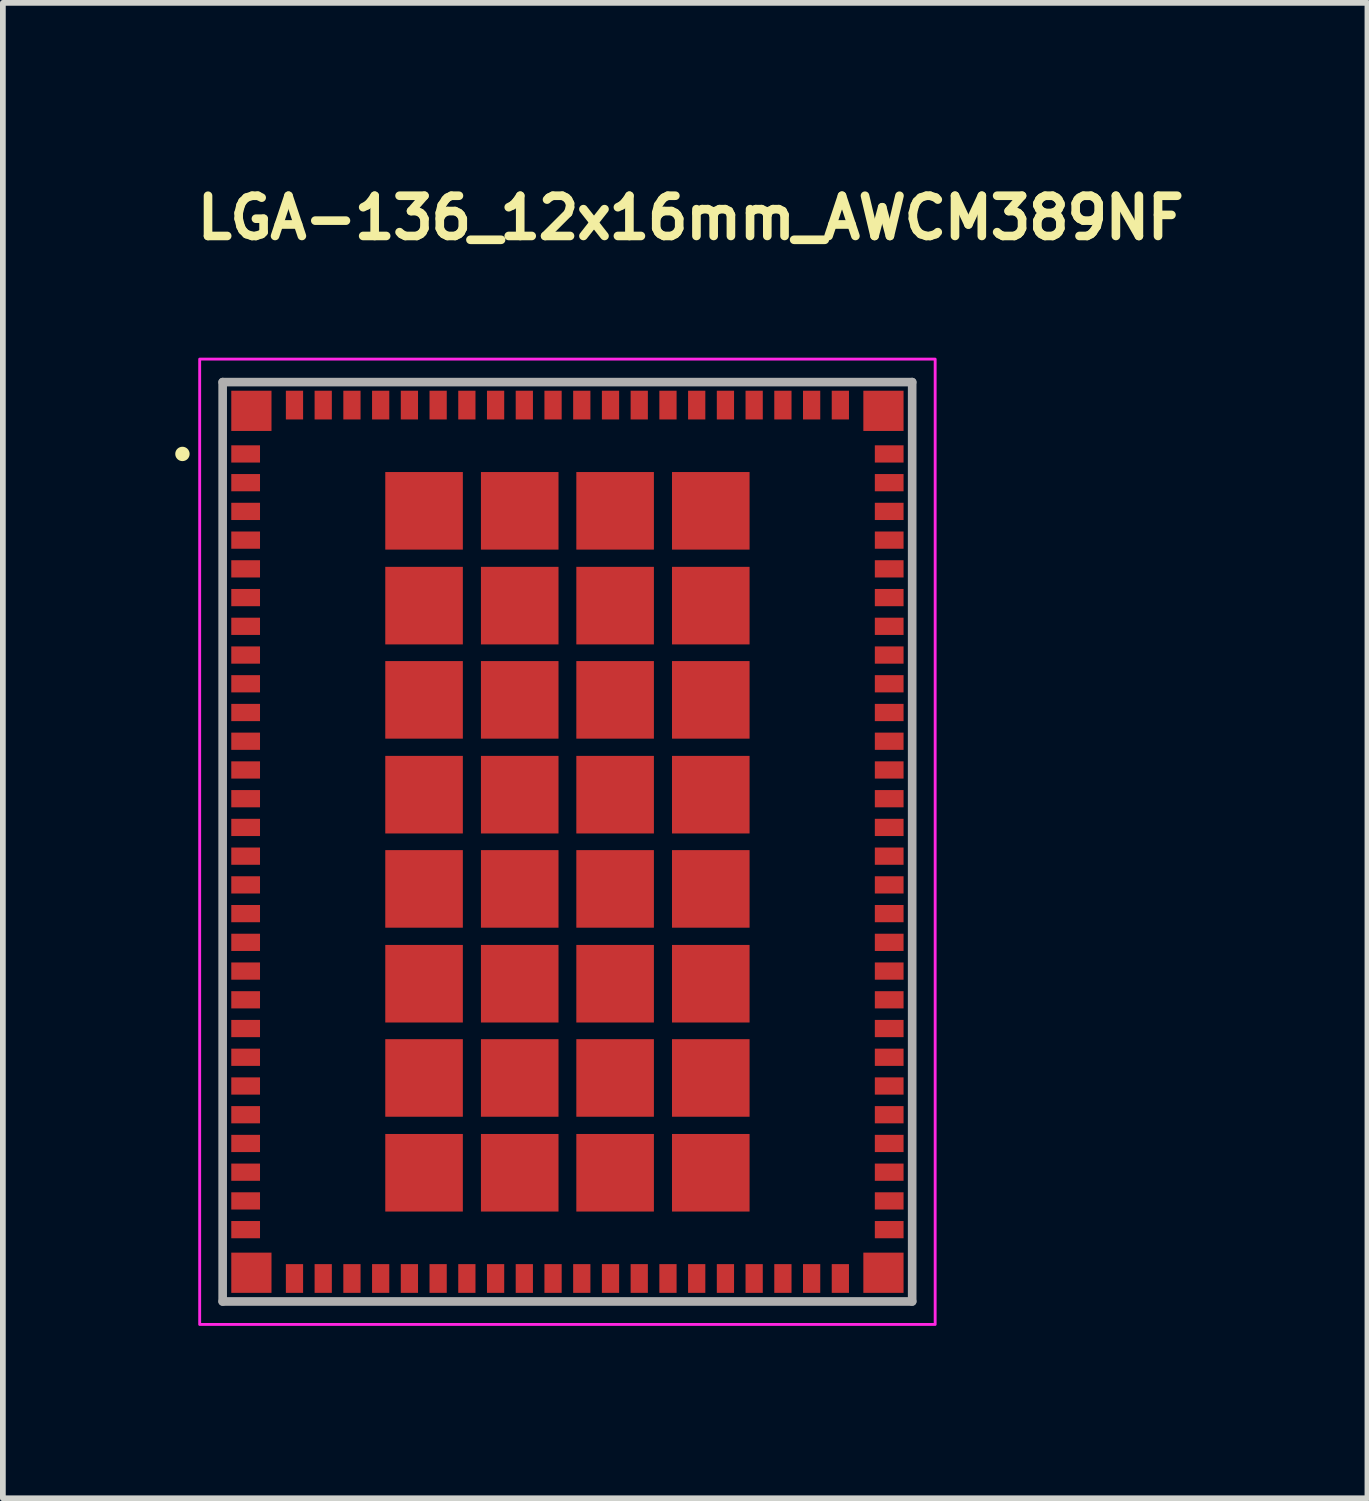
<source format=kicad_pcb>
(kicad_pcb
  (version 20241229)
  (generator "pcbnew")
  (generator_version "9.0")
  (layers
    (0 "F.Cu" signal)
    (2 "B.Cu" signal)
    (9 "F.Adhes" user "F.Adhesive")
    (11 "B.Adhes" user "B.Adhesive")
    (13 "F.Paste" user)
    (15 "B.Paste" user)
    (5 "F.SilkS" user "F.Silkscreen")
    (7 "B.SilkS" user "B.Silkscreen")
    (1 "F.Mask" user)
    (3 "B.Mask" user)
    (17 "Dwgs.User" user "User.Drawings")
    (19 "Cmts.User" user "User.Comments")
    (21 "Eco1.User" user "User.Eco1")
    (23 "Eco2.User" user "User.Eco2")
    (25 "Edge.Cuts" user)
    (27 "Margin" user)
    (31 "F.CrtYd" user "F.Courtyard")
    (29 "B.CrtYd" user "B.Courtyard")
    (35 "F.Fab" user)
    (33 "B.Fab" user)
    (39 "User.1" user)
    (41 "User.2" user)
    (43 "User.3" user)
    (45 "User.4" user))
  (footprint "LGA-136_12x16mm_AWCM389NF"
    (layer "F.Cu")
    (at 6.825 11.6)
    (property "Reference" "LGA-136_12x16mm_AWCM389NF" (at -6.52 -10.45 0) (layer "F.SilkS") (effects (font (size 0.7 0.7) (thickness 0.15)) (justify left bottom)))
    (attr smd)
    (fp_circle (center -6.7 -6.75) (end -6.65 -6.75) (stroke (width 0.15) (type solid)) (fill yes) (layer "F.SilkS"))
    (fp_rect (start -6.4 -8.4) (end 6.4 8.4) (stroke (width 0.05) (type solid)) (fill no) (layer "F.CrtYd"))
    (fp_line (start -6 -8) (end -6 8) (stroke (width 0.15) (type solid)) (layer "F.Fab"))
    (fp_line (start -6 8) (end 6 8) (stroke (width 0.15) (type solid)) (layer "F.Fab"))
    (fp_line (start 6 -8) (end -6 -8) (stroke (width 0.15) (type solid)) (layer "F.Fab"))
    (fp_line (start 6 8) (end 6 -8) (stroke (width 0.15) (type solid)) (layer "F.Fab"))
    (fp_rect (start -6 -8) (end 6 8) (stroke (width 0.1) (type solid)) (fill no) (layer "User.5"))
    (fp_line (start -6 -8) (end -6 8) (stroke (width 0.02) (type solid)) (layer "User.9"))
    (fp_line (start -6 8) (end 6 8) (stroke (width 0.02) (type solid)) (layer "User.9"))
    (fp_line (start 6 -8) (end -6 -8) (stroke (width 0.02) (type solid)) (layer "User.9"))
    (fp_line (start 6 8) (end 6 -8) (stroke (width 0.02) (type solid)) (layer "User.9"))
    (pad "1" smd rect (at -5.6 -6.75 90) (size 0.3 0.5) (layers "F.Cu" "F.Mask" "F.Paste"))
    (pad "2" smd rect (at -5.6 -6.25 90) (size 0.3 0.5) (layers "F.Cu" "F.Mask" "F.Paste"))
    (pad "3" smd rect (at -5.6 -5.75 90) (size 0.3 0.5) (layers "F.Cu" "F.Mask" "F.Paste"))
    (pad "4" smd rect (at -5.6 -5.25 90) (size 0.3 0.5) (layers "F.Cu" "F.Mask" "F.Paste"))
    (pad "5" smd rect (at -5.6 -4.75 90) (size 0.3 0.5) (layers "F.Cu" "F.Mask" "F.Paste"))
    (pad "6" smd rect (at -5.6 -4.25 90) (size 0.3 0.5) (layers "F.Cu" "F.Mask" "F.Paste"))
    (pad "7" smd rect (at -5.6 -3.75 90) (size 0.3 0.5) (layers "F.Cu" "F.Mask" "F.Paste"))
    (pad "8" smd rect (at -5.6 -3.25 90) (size 0.3 0.5) (layers "F.Cu" "F.Mask" "F.Paste"))
    (pad "9" smd rect (at -5.6 -2.75 90) (size 0.3 0.5) (layers "F.Cu" "F.Mask" "F.Paste"))
    (pad "10" smd rect (at -5.6 -2.25 90) (size 0.3 0.5) (layers "F.Cu" "F.Mask" "F.Paste"))
    (pad "11" smd rect (at -5.6 -1.75 90) (size 0.3 0.5) (layers "F.Cu" "F.Mask" "F.Paste"))
    (pad "12" smd rect (at -5.6 -1.25 90) (size 0.3 0.5) (layers "F.Cu" "F.Mask" "F.Paste"))
    (pad "13" smd rect (at -5.6 -0.75 90) (size 0.3 0.5) (layers "F.Cu" "F.Mask" "F.Paste"))
    (pad "14" smd rect (at -5.6 -0.25 90) (size 0.3 0.5) (layers "F.Cu" "F.Mask" "F.Paste"))
    (pad "15" smd rect (at -5.6 0.25 90) (size 0.3 0.5) (layers "F.Cu" "F.Mask" "F.Paste"))
    (pad "16" smd rect (at -5.6 0.75 90) (size 0.3 0.5) (layers "F.Cu" "F.Mask" "F.Paste"))
    (pad "17" smd rect (at -5.6 1.25 90) (size 0.3 0.5) (layers "F.Cu" "F.Mask" "F.Paste"))
    (pad "18" smd rect (at -5.6 1.75 90) (size 0.3 0.5) (layers "F.Cu" "F.Mask" "F.Paste"))
    (pad "19" smd rect (at -5.6 2.25 90) (size 0.3 0.5) (layers "F.Cu" "F.Mask" "F.Paste"))
    (pad "20" smd rect (at -5.6 2.75 90) (size 0.3 0.5) (layers "F.Cu" "F.Mask" "F.Paste"))
    (pad "21" smd rect (at -5.6 3.25 90) (size 0.3 0.5) (layers "F.Cu" "F.Mask" "F.Paste"))
    (pad "22" smd rect (at -5.6 3.75 90) (size 0.3 0.5) (layers "F.Cu" "F.Mask" "F.Paste"))
    (pad "23" smd rect (at -5.6 4.25 90) (size 0.3 0.5) (layers "F.Cu" "F.Mask" "F.Paste"))
    (pad "24" smd rect (at -5.6 4.75 90) (size 0.3 0.5) (layers "F.Cu" "F.Mask" "F.Paste"))
    (pad "25" smd rect (at -5.6 5.25 90) (size 0.3 0.5) (layers "F.Cu" "F.Mask" "F.Paste"))
    (pad "26" smd rect (at -5.6 5.75 90) (size 0.3 0.5) (layers "F.Cu" "F.Mask" "F.Paste"))
    (pad "27" smd rect (at -5.6 6.25 90) (size 0.3 0.5) (layers "F.Cu" "F.Mask" "F.Paste"))
    (pad "28" smd rect (at -5.6 6.75 90) (size 0.3 0.5) (layers "F.Cu" "F.Mask" "F.Paste"))
    (pad "29" smd rect (at -4.75 7.6) (size 0.3 0.5) (layers "F.Cu" "F.Mask" "F.Paste"))
    (pad "30" smd rect (at -4.25 7.6) (size 0.3 0.5) (layers "F.Cu" "F.Mask" "F.Paste"))
    (pad "31" smd rect (at -3.75 7.6) (size 0.3 0.5) (layers "F.Cu" "F.Mask" "F.Paste"))
    (pad "32" smd rect (at -3.25 7.6) (size 0.3 0.5) (layers "F.Cu" "F.Mask" "F.Paste"))
    (pad "33" smd rect (at -2.75 7.6) (size 0.3 0.5) (layers "F.Cu" "F.Mask" "F.Paste"))
    (pad "34" smd rect (at -2.25 7.6) (size 0.3 0.5) (layers "F.Cu" "F.Mask" "F.Paste"))
    (pad "35" smd rect (at -1.75 7.6) (size 0.3 0.5) (layers "F.Cu" "F.Mask" "F.Paste"))
    (pad "36" smd rect (at -1.25 7.6) (size 0.3 0.5) (layers "F.Cu" "F.Mask" "F.Paste"))
    (pad "37" smd rect (at -0.75 7.6) (size 0.3 0.5) (layers "F.Cu" "F.Mask" "F.Paste"))
    (pad "38" smd rect (at -0.25 7.6) (size 0.3 0.5) (layers "F.Cu" "F.Mask" "F.Paste"))
    (pad "39" smd rect (at 0.25 7.6) (size 0.3 0.5) (layers "F.Cu" "F.Mask" "F.Paste"))
    (pad "40" smd rect (at 0.75 7.6) (size 0.3 0.5) (layers "F.Cu" "F.Mask" "F.Paste"))
    (pad "41" smd rect (at 1.25 7.6) (size 0.3 0.5) (layers "F.Cu" "F.Mask" "F.Paste"))
    (pad "42" smd rect (at 1.75 7.6) (size 0.3 0.5) (layers "F.Cu" "F.Mask" "F.Paste"))
    (pad "43" smd rect (at 2.25 7.6) (size 0.3 0.5) (layers "F.Cu" "F.Mask" "F.Paste"))
    (pad "44" smd rect (at 2.75 7.6) (size 0.3 0.5) (layers "F.Cu" "F.Mask" "F.Paste"))
    (pad "45" smd rect (at 3.25 7.6) (size 0.3 0.5) (layers "F.Cu" "F.Mask" "F.Paste"))
    (pad "46" smd rect (at 3.75 7.6) (size 0.3 0.5) (layers "F.Cu" "F.Mask" "F.Paste"))
    (pad "47" smd rect (at 4.25 7.6) (size 0.3 0.5) (layers "F.Cu" "F.Mask" "F.Paste"))
    (pad "48" smd rect (at 4.75 7.6) (size 0.3 0.5) (layers "F.Cu" "F.Mask" "F.Paste"))
    (pad "49" smd rect (at 5.6 6.75 90) (size 0.3 0.5) (layers "F.Cu" "F.Mask" "F.Paste"))
    (pad "50" smd rect (at 5.6 6.25 90) (size 0.3 0.5) (layers "F.Cu" "F.Mask" "F.Paste"))
    (pad "51" smd rect (at 5.6 5.75 90) (size 0.3 0.5) (layers "F.Cu" "F.Mask" "F.Paste"))
    (pad "52" smd rect (at 5.6 5.25 90) (size 0.3 0.5) (layers "F.Cu" "F.Mask" "F.Paste"))
    (pad "53" smd rect (at 5.6 4.75 90) (size 0.3 0.5) (layers "F.Cu" "F.Mask" "F.Paste"))
    (pad "54" smd rect (at 5.6 4.25 90) (size 0.3 0.5) (layers "F.Cu" "F.Mask" "F.Paste"))
    (pad "55" smd rect (at 5.6 3.75 90) (size 0.3 0.5) (layers "F.Cu" "F.Mask" "F.Paste"))
    (pad "56" smd rect (at 5.6 3.25 90) (size 0.3 0.5) (layers "F.Cu" "F.Mask" "F.Paste"))
    (pad "57" smd rect (at 5.6 2.75 90) (size 0.3 0.5) (layers "F.Cu" "F.Mask" "F.Paste"))
    (pad "58" smd rect (at 5.6 2.25 90) (size 0.3 0.5) (layers "F.Cu" "F.Mask" "F.Paste"))
    (pad "59" smd rect (at 5.6 1.75 90) (size 0.3 0.5) (layers "F.Cu" "F.Mask" "F.Paste"))
    (pad "60" smd rect (at 5.6 1.25 90) (size 0.3 0.5) (layers "F.Cu" "F.Mask" "F.Paste"))
    (pad "61" smd rect (at 5.6 0.75 90) (size 0.3 0.5) (layers "F.Cu" "F.Mask" "F.Paste"))
    (pad "62" smd rect (at 5.6 0.25 90) (size 0.3 0.5) (layers "F.Cu" "F.Mask" "F.Paste"))
    (pad "63" smd rect (at 5.6 -0.25 90) (size 0.3 0.5) (layers "F.Cu" "F.Mask" "F.Paste"))
    (pad "64" smd rect (at 5.6 -0.75 90) (size 0.3 0.5) (layers "F.Cu" "F.Mask" "F.Paste"))
    (pad "65" smd rect (at 5.6 -1.25 90) (size 0.3 0.5) (layers "F.Cu" "F.Mask" "F.Paste"))
    (pad "66" smd rect (at 5.6 -1.75 90) (size 0.3 0.5) (layers "F.Cu" "F.Mask" "F.Paste"))
    (pad "67" smd rect (at 5.6 -2.25 90) (size 0.3 0.5) (layers "F.Cu" "F.Mask" "F.Paste"))
    (pad "68" smd rect (at 5.6 -2.75 90) (size 0.3 0.5) (layers "F.Cu" "F.Mask" "F.Paste"))
    (pad "69" smd rect (at 5.6 -3.25 90) (size 0.3 0.5) (layers "F.Cu" "F.Mask" "F.Paste"))
    (pad "70" smd rect (at 5.6 -3.75 90) (size 0.3 0.5) (layers "F.Cu" "F.Mask" "F.Paste"))
    (pad "71" smd rect (at 5.6 -4.25 90) (size 0.3 0.5) (layers "F.Cu" "F.Mask" "F.Paste"))
    (pad "72" smd rect (at 5.6 -4.75 90) (size 0.3 0.5) (layers "F.Cu" "F.Mask" "F.Paste"))
    (pad "73" smd rect (at 5.6 -5.25 90) (size 0.3 0.5) (layers "F.Cu" "F.Mask" "F.Paste"))
    (pad "74" smd rect (at 5.6 -5.75 90) (size 0.3 0.5) (layers "F.Cu" "F.Mask" "F.Paste"))
    (pad "75" smd rect (at 5.6 -6.25 90) (size 0.3 0.5) (layers "F.Cu" "F.Mask" "F.Paste"))
    (pad "76" smd rect (at 5.6 -6.75 90) (size 0.3 0.5) (layers "F.Cu" "F.Mask" "F.Paste"))
    (pad "77" smd rect (at 4.75 -7.6) (size 0.3 0.5) (layers "F.Cu" "F.Mask" "F.Paste"))
    (pad "78" smd rect (at 4.25 -7.6) (size 0.3 0.5) (layers "F.Cu" "F.Mask" "F.Paste"))
    (pad "79" smd rect (at 3.75 -7.6) (size 0.3 0.5) (layers "F.Cu" "F.Mask" "F.Paste"))
    (pad "80" smd rect (at 3.25 -7.6) (size 0.3 0.5) (layers "F.Cu" "F.Mask" "F.Paste"))
    (pad "81" smd rect (at 2.75 -7.6) (size 0.3 0.5) (layers "F.Cu" "F.Mask" "F.Paste"))
    (pad "82" smd rect (at 2.25 -7.6) (size 0.3 0.5) (layers "F.Cu" "F.Mask" "F.Paste"))
    (pad "83" smd rect (at 1.75 -7.6) (size 0.3 0.5) (layers "F.Cu" "F.Mask" "F.Paste"))
    (pad "84" smd rect (at 1.25 -7.6) (size 0.3 0.5) (layers "F.Cu" "F.Mask" "F.Paste"))
    (pad "85" smd rect (at 0.75 -7.6) (size 0.3 0.5) (layers "F.Cu" "F.Mask" "F.Paste"))
    (pad "86" smd rect (at 0.25 -7.6) (size 0.3 0.5) (layers "F.Cu" "F.Mask" "F.Paste"))
    (pad "87" smd rect (at -0.25 -7.6) (size 0.3 0.5) (layers "F.Cu" "F.Mask" "F.Paste"))
    (pad "88" smd rect (at -0.75 -7.6) (size 0.3 0.5) (layers "F.Cu" "F.Mask" "F.Paste"))
    (pad "89" smd rect (at -1.25 -7.6) (size 0.3 0.5) (layers "F.Cu" "F.Mask" "F.Paste"))
    (pad "90" smd rect (at -1.75 -7.6) (size 0.3 0.5) (layers "F.Cu" "F.Mask" "F.Paste"))
    (pad "91" smd rect (at -2.25 -7.6) (size 0.3 0.5) (layers "F.Cu" "F.Mask" "F.Paste"))
    (pad "92" smd rect (at -2.75 -7.6) (size 0.3 0.5) (layers "F.Cu" "F.Mask" "F.Paste"))
    (pad "93" smd rect (at -3.25 -7.6) (size 0.3 0.5) (layers "F.Cu" "F.Mask" "F.Paste"))
    (pad "94" smd rect (at -3.75 -7.6) (size 0.3 0.5) (layers "F.Cu" "F.Mask" "F.Paste"))
    (pad "95" smd rect (at -4.25 -7.6) (size 0.3 0.5) (layers "F.Cu" "F.Mask" "F.Paste"))
    (pad "96" smd rect (at -4.75 -7.6) (size 0.3 0.5) (layers "F.Cu" "F.Mask" "F.Paste"))
    (pad "G1" smd rect (at -5.5 -7.5 90) (size 0.7 0.7) (layers "F.Cu" "F.Mask" "F.Paste"))
    (pad "G2" smd rect (at -5.5 7.5 90) (size 0.7 0.7) (layers "F.Cu" "F.Mask" "F.Paste"))
    (pad "G3" smd rect (at 5.5 7.5 90) (size 0.7 0.7) (layers "F.Cu" "F.Mask" "F.Paste"))
    (pad "G4" smd rect (at 5.5 -7.5 90) (size 0.7 0.7) (layers "F.Cu" "F.Mask" "F.Paste"))
    (pad "G5" smd rect (at -2.495 -5.76 90) (size 1.35 1.35) (layers "F.Cu" "F.Mask" "F.Paste"))
    (pad "G6" smd rect (at -0.83 -5.76 90) (size 1.35 1.35) (layers "F.Cu" "F.Mask" "F.Paste"))
    (pad "G7" smd rect (at 0.83 -5.76 90) (size 1.35 1.35) (layers "F.Cu" "F.Mask" "F.Paste"))
    (pad "G8" smd rect (at 2.495 -5.76 90) (size 1.35 1.35) (layers "F.Cu" "F.Mask" "F.Paste"))
    (pad "G9" smd rect (at -2.495 -4.11 90) (size 1.35 1.35) (layers "F.Cu" "F.Mask" "F.Paste"))
    (pad "G10" smd rect (at -0.83 -4.11 90) (size 1.35 1.35) (layers "F.Cu" "F.Mask" "F.Paste"))
    (pad "G11" smd rect (at 0.83 -4.11 90) (size 1.35 1.35) (layers "F.Cu" "F.Mask" "F.Paste"))
    (pad "G12" smd rect (at 2.495 -4.11 90) (size 1.35 1.35) (layers "F.Cu" "F.Mask" "F.Paste"))
    (pad "G13" smd rect (at -2.495 -2.47 90) (size 1.35 1.35) (layers "F.Cu" "F.Mask" "F.Paste"))
    (pad "G14" smd rect (at -0.83 -2.47 90) (size 1.35 1.35) (layers "F.Cu" "F.Mask" "F.Paste"))
    (pad "G15" smd rect (at 0.83 -2.47 90) (size 1.35 1.35) (layers "F.Cu" "F.Mask" "F.Paste"))
    (pad "G16" smd rect (at 2.495 -2.47 90) (size 1.35 1.35) (layers "F.Cu" "F.Mask" "F.Paste"))
    (pad "G17" smd rect (at -2.495 -0.82 90) (size 1.35 1.35) (layers "F.Cu" "F.Mask" "F.Paste"))
    (pad "G18" smd rect (at -0.83 -0.82 90) (size 1.35 1.35) (layers "F.Cu" "F.Mask" "F.Paste"))
    (pad "G19" smd rect (at 0.83 -0.82 90) (size 1.35 1.35) (layers "F.Cu" "F.Mask" "F.Paste"))
    (pad "G20" smd rect (at 2.495 -0.82 90) (size 1.35 1.35) (layers "F.Cu" "F.Mask" "F.Paste"))
    (pad "G21" smd rect (at -2.495 0.82 90) (size 1.35 1.35) (layers "F.Cu" "F.Mask" "F.Paste"))
    (pad "G22" smd rect (at -0.83 0.82 90) (size 1.35 1.35) (layers "F.Cu" "F.Mask" "F.Paste"))
    (pad "G23" smd rect (at 0.83 0.82 90) (size 1.35 1.35) (layers "F.Cu" "F.Mask" "F.Paste"))
    (pad "G24" smd rect (at 2.495 0.82 90) (size 1.35 1.35) (layers "F.Cu" "F.Mask" "F.Paste"))
    (pad "G25" smd rect (at -2.495 2.47 90) (size 1.35 1.35) (layers "F.Cu" "F.Mask" "F.Paste"))
    (pad "G26" smd rect (at -0.83 2.47 90) (size 1.35 1.35) (layers "F.Cu" "F.Mask" "F.Paste"))
    (pad "G27" smd rect (at 0.83 2.47 90) (size 1.35 1.35) (layers "F.Cu" "F.Mask" "F.Paste"))
    (pad "G28" smd rect (at 2.495 2.47 90) (size 1.35 1.35) (layers "F.Cu" "F.Mask" "F.Paste"))
    (pad "G29" smd rect (at -2.495 4.11 90) (size 1.35 1.35) (layers "F.Cu" "F.Mask" "F.Paste"))
    (pad "G30" smd rect (at -0.83 4.11 90) (size 1.35 1.35) (layers "F.Cu" "F.Mask" "F.Paste"))
    (pad "G31" smd rect (at 0.83 4.11 90) (size 1.35 1.35) (layers "F.Cu" "F.Mask" "F.Paste"))
    (pad "G32" smd rect (at 2.495 4.11 90) (size 1.35 1.35) (layers "F.Cu" "F.Mask" "F.Paste"))
    (pad "G33" smd rect (at -2.495 5.76 90) (size 1.35 1.35) (layers "F.Cu" "F.Mask" "F.Paste"))
    (pad "G34" smd rect (at -0.83 5.76 90) (size 1.35 1.35) (layers "F.Cu" "F.Mask" "F.Paste"))
    (pad "G35" smd rect (at 0.83 5.76 90) (size 1.35 1.35) (layers "F.Cu" "F.Mask" "F.Paste"))
    (pad "G36" smd rect (at 2.495 5.76 90) (size 1.35 1.35) (layers "F.Cu" "F.Mask" "F.Paste")))
  (gr_rect
    (start -3 -3)
    (end 20.748 23.025)
    (stroke (width 0.1) (type default))
    (fill no)
    (layer "Edge.Cuts")))
</source>
